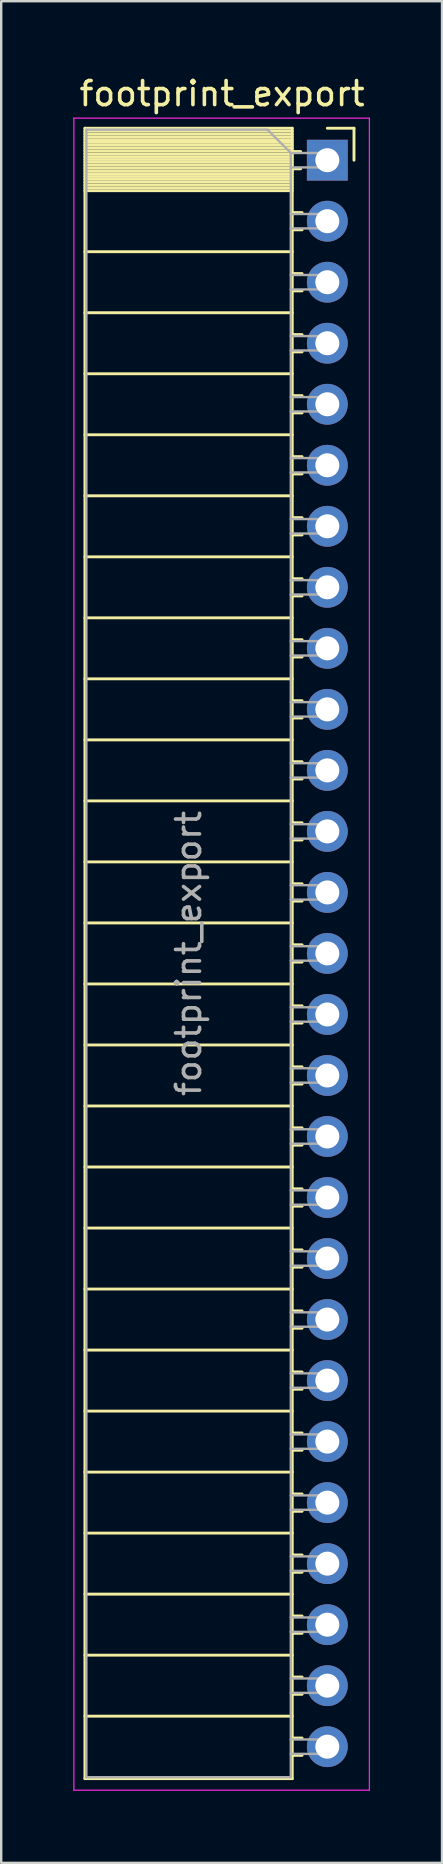
<source format=kicad_pcb>
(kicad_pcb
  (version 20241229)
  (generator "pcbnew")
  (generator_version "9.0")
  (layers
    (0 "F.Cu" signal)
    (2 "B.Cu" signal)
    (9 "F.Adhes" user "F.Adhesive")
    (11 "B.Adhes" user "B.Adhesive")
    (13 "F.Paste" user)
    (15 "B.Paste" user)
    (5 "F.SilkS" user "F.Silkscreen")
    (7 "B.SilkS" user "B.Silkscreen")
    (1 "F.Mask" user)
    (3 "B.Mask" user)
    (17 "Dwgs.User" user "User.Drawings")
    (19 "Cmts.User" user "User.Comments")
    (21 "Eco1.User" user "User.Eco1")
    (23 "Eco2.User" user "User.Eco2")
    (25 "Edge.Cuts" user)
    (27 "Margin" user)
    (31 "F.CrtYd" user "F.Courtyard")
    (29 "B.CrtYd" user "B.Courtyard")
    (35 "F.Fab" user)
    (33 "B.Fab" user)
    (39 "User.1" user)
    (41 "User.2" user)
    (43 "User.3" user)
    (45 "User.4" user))
  (footprint "footprint_export"
    (layer "F.Cu")
    (at 10.575 3.618)
    (property "Reference" "footprint_export" (at -4.38 -2.77 0) (layer "F.SilkS") (effects (font (size 1 1) (thickness 0.15))))
    (attr through_hole)
    (fp_line (start -10.09 -1.33) (end -10.09 67.37) (stroke (width 0.12) (type solid)) (layer "F.SilkS"))
    (fp_line (start -10.09 -1.33) (end -1.46 -1.33) (stroke (width 0.12) (type solid)) (layer "F.SilkS"))
    (fp_line (start -10.09 -1.21) (end -1.46 -1.21) (stroke (width 0.12) (type solid)) (layer "F.SilkS"))
    (fp_line (start -10.09 -1.092) (end -1.46 -1.092) (stroke (width 0.12) (type solid)) (layer "F.SilkS"))
    (fp_line (start -10.09 -0.974) (end -1.46 -0.974) (stroke (width 0.12) (type solid)) (layer "F.SilkS"))
    (fp_line (start -10.09 -0.856) (end -1.46 -0.856) (stroke (width 0.12) (type solid)) (layer "F.SilkS"))
    (fp_line (start -10.09 -0.738) (end -1.46 -0.738) (stroke (width 0.12) (type solid)) (layer "F.SilkS"))
    (fp_line (start -10.09 -0.62) (end -1.46 -0.62) (stroke (width 0.12) (type solid)) (layer "F.SilkS"))
    (fp_line (start -10.09 -0.501) (end -1.46 -0.501) (stroke (width 0.12) (type solid)) (layer "F.SilkS"))
    (fp_line (start -10.09 -0.383) (end -1.46 -0.383) (stroke (width 0.12) (type solid)) (layer "F.SilkS"))
    (fp_line (start -10.09 -0.265) (end -1.46 -0.265) (stroke (width 0.12) (type solid)) (layer "F.SilkS"))
    (fp_line (start -10.09 -0.147) (end -1.46 -0.147) (stroke (width 0.12) (type solid)) (layer "F.SilkS"))
    (fp_line (start -10.09 -0.029) (end -1.46 -0.029) (stroke (width 0.12) (type solid)) (layer "F.SilkS"))
    (fp_line (start -10.09 0.089) (end -1.46 0.089) (stroke (width 0.12) (type solid)) (layer "F.SilkS"))
    (fp_line (start -10.09 0.207) (end -1.46 0.207) (stroke (width 0.12) (type solid)) (layer "F.SilkS"))
    (fp_line (start -10.09 0.325) (end -1.46 0.325) (stroke (width 0.12) (type solid)) (layer "F.SilkS"))
    (fp_line (start -10.09 0.443) (end -1.46 0.443) (stroke (width 0.12) (type solid)) (layer "F.SilkS"))
    (fp_line (start -10.09 0.561) (end -1.46 0.561) (stroke (width 0.12) (type solid)) (layer "F.SilkS"))
    (fp_line (start -10.09 0.68) (end -1.46 0.68) (stroke (width 0.12) (type solid)) (layer "F.SilkS"))
    (fp_line (start -10.09 0.798) (end -1.46 0.798) (stroke (width 0.12) (type solid)) (layer "F.SilkS"))
    (fp_line (start -10.09 0.916) (end -1.46 0.916) (stroke (width 0.12) (type solid)) (layer "F.SilkS"))
    (fp_line (start -10.09 1.034) (end -1.46 1.034) (stroke (width 0.12) (type solid)) (layer "F.SilkS"))
    (fp_line (start -10.09 1.152) (end -1.46 1.152) (stroke (width 0.12) (type solid)) (layer "F.SilkS"))
    (fp_line (start -10.09 1.27) (end -1.46 1.27) (stroke (width 0.12) (type solid)) (layer "F.SilkS"))
    (fp_line (start -10.09 3.81) (end -1.46 3.81) (stroke (width 0.12) (type solid)) (layer "F.SilkS"))
    (fp_line (start -10.09 6.35) (end -1.46 6.35) (stroke (width 0.12) (type solid)) (layer "F.SilkS"))
    (fp_line (start -10.09 8.89) (end -1.46 8.89) (stroke (width 0.12) (type solid)) (layer "F.SilkS"))
    (fp_line (start -10.09 11.43) (end -1.46 11.43) (stroke (width 0.12) (type solid)) (layer "F.SilkS"))
    (fp_line (start -10.09 13.97) (end -1.46 13.97) (stroke (width 0.12) (type solid)) (layer "F.SilkS"))
    (fp_line (start -10.09 16.51) (end -1.46 16.51) (stroke (width 0.12) (type solid)) (layer "F.SilkS"))
    (fp_line (start -10.09 19.05) (end -1.46 19.05) (stroke (width 0.12) (type solid)) (layer "F.SilkS"))
    (fp_line (start -10.09 21.59) (end -1.46 21.59) (stroke (width 0.12) (type solid)) (layer "F.SilkS"))
    (fp_line (start -10.09 24.13) (end -1.46 24.13) (stroke (width 0.12) (type solid)) (layer "F.SilkS"))
    (fp_line (start -10.09 26.67) (end -1.46 26.67) (stroke (width 0.12) (type solid)) (layer "F.SilkS"))
    (fp_line (start -10.09 29.21) (end -1.46 29.21) (stroke (width 0.12) (type solid)) (layer "F.SilkS"))
    (fp_line (start -10.09 31.75) (end -1.46 31.75) (stroke (width 0.12) (type solid)) (layer "F.SilkS"))
    (fp_line (start -10.09 34.29) (end -1.46 34.29) (stroke (width 0.12) (type solid)) (layer "F.SilkS"))
    (fp_line (start -10.09 36.83) (end -1.46 36.83) (stroke (width 0.12) (type solid)) (layer "F.SilkS"))
    (fp_line (start -10.09 39.37) (end -1.46 39.37) (stroke (width 0.12) (type solid)) (layer "F.SilkS"))
    (fp_line (start -10.09 41.91) (end -1.46 41.91) (stroke (width 0.12) (type solid)) (layer "F.SilkS"))
    (fp_line (start -10.09 44.45) (end -1.46 44.45) (stroke (width 0.12) (type solid)) (layer "F.SilkS"))
    (fp_line (start -10.09 46.99) (end -1.46 46.99) (stroke (width 0.12) (type solid)) (layer "F.SilkS"))
    (fp_line (start -10.09 49.53) (end -1.46 49.53) (stroke (width 0.12) (type solid)) (layer "F.SilkS"))
    (fp_line (start -10.09 52.07) (end -1.46 52.07) (stroke (width 0.12) (type solid)) (layer "F.SilkS"))
    (fp_line (start -10.09 54.61) (end -1.46 54.61) (stroke (width 0.12) (type solid)) (layer "F.SilkS"))
    (fp_line (start -10.09 57.15) (end -1.46 57.15) (stroke (width 0.12) (type solid)) (layer "F.SilkS"))
    (fp_line (start -10.09 59.69) (end -1.46 59.69) (stroke (width 0.12) (type solid)) (layer "F.SilkS"))
    (fp_line (start -10.09 62.23) (end -1.46 62.23) (stroke (width 0.12) (type solid)) (layer "F.SilkS"))
    (fp_line (start -10.09 64.77) (end -1.46 64.77) (stroke (width 0.12) (type solid)) (layer "F.SilkS"))
    (fp_line (start -10.09 67.37) (end -1.46 67.37) (stroke (width 0.12) (type solid)) (layer "F.SilkS"))
    (fp_line (start -1.46 -1.33) (end -1.46 67.37) (stroke (width 0.12) (type solid)) (layer "F.SilkS"))
    (fp_line (start -1.46 -0.36) (end -1.11 -0.36) (stroke (width 0.12) (type solid)) (layer "F.SilkS"))
    (fp_line (start -1.46 0.36) (end -1.11 0.36) (stroke (width 0.12) (type solid)) (layer "F.SilkS"))
    (fp_line (start -1.46 2.18) (end -1.05 2.18) (stroke (width 0.12) (type solid)) (layer "F.SilkS"))
    (fp_line (start -1.46 2.9) (end -1.05 2.9) (stroke (width 0.12) (type solid)) (layer "F.SilkS"))
    (fp_line (start -1.46 4.72) (end -1.05 4.72) (stroke (width 0.12) (type solid)) (layer "F.SilkS"))
    (fp_line (start -1.46 5.44) (end -1.05 5.44) (stroke (width 0.12) (type solid)) (layer "F.SilkS"))
    (fp_line (start -1.46 7.26) (end -1.05 7.26) (stroke (width 0.12) (type solid)) (layer "F.SilkS"))
    (fp_line (start -1.46 7.98) (end -1.05 7.98) (stroke (width 0.12) (type solid)) (layer "F.SilkS"))
    (fp_line (start -1.46 9.8) (end -1.05 9.8) (stroke (width 0.12) (type solid)) (layer "F.SilkS"))
    (fp_line (start -1.46 10.52) (end -1.05 10.52) (stroke (width 0.12) (type solid)) (layer "F.SilkS"))
    (fp_line (start -1.46 12.34) (end -1.05 12.34) (stroke (width 0.12) (type solid)) (layer "F.SilkS"))
    (fp_line (start -1.46 13.06) (end -1.05 13.06) (stroke (width 0.12) (type solid)) (layer "F.SilkS"))
    (fp_line (start -1.46 14.88) (end -1.05 14.88) (stroke (width 0.12) (type solid)) (layer "F.SilkS"))
    (fp_line (start -1.46 15.6) (end -1.05 15.6) (stroke (width 0.12) (type solid)) (layer "F.SilkS"))
    (fp_line (start -1.46 17.42) (end -1.05 17.42) (stroke (width 0.12) (type solid)) (layer "F.SilkS"))
    (fp_line (start -1.46 18.14) (end -1.05 18.14) (stroke (width 0.12) (type solid)) (layer "F.SilkS"))
    (fp_line (start -1.46 19.96) (end -1.05 19.96) (stroke (width 0.12) (type solid)) (layer "F.SilkS"))
    (fp_line (start -1.46 20.68) (end -1.05 20.68) (stroke (width 0.12) (type solid)) (layer "F.SilkS"))
    (fp_line (start -1.46 22.5) (end -1.05 22.5) (stroke (width 0.12) (type solid)) (layer "F.SilkS"))
    (fp_line (start -1.46 23.22) (end -1.05 23.22) (stroke (width 0.12) (type solid)) (layer "F.SilkS"))
    (fp_line (start -1.46 25.04) (end -1.05 25.04) (stroke (width 0.12) (type solid)) (layer "F.SilkS"))
    (fp_line (start -1.46 25.76) (end -1.05 25.76) (stroke (width 0.12) (type solid)) (layer "F.SilkS"))
    (fp_line (start -1.46 27.58) (end -1.05 27.58) (stroke (width 0.12) (type solid)) (layer "F.SilkS"))
    (fp_line (start -1.46 28.3) (end -1.05 28.3) (stroke (width 0.12) (type solid)) (layer "F.SilkS"))
    (fp_line (start -1.46 30.12) (end -1.05 30.12) (stroke (width 0.12) (type solid)) (layer "F.SilkS"))
    (fp_line (start -1.46 30.84) (end -1.05 30.84) (stroke (width 0.12) (type solid)) (layer "F.SilkS"))
    (fp_line (start -1.46 32.66) (end -1.05 32.66) (stroke (width 0.12) (type solid)) (layer "F.SilkS"))
    (fp_line (start -1.46 33.38) (end -1.05 33.38) (stroke (width 0.12) (type solid)) (layer "F.SilkS"))
    (fp_line (start -1.46 35.2) (end -1.05 35.2) (stroke (width 0.12) (type solid)) (layer "F.SilkS"))
    (fp_line (start -1.46 35.92) (end -1.05 35.92) (stroke (width 0.12) (type solid)) (layer "F.SilkS"))
    (fp_line (start -1.46 37.74) (end -1.05 37.74) (stroke (width 0.12) (type solid)) (layer "F.SilkS"))
    (fp_line (start -1.46 38.46) (end -1.05 38.46) (stroke (width 0.12) (type solid)) (layer "F.SilkS"))
    (fp_line (start -1.46 40.28) (end -1.05 40.28) (stroke (width 0.12) (type solid)) (layer "F.SilkS"))
    (fp_line (start -1.46 41) (end -1.05 41) (stroke (width 0.12) (type solid)) (layer "F.SilkS"))
    (fp_line (start -1.46 42.82) (end -1.05 42.82) (stroke (width 0.12) (type solid)) (layer "F.SilkS"))
    (fp_line (start -1.46 43.54) (end -1.05 43.54) (stroke (width 0.12) (type solid)) (layer "F.SilkS"))
    (fp_line (start -1.46 45.36) (end -1.05 45.36) (stroke (width 0.12) (type solid)) (layer "F.SilkS"))
    (fp_line (start -1.46 46.08) (end -1.05 46.08) (stroke (width 0.12) (type solid)) (layer "F.SilkS"))
    (fp_line (start -1.46 47.9) (end -1.05 47.9) (stroke (width 0.12) (type solid)) (layer "F.SilkS"))
    (fp_line (start -1.46 48.62) (end -1.05 48.62) (stroke (width 0.12) (type solid)) (layer "F.SilkS"))
    (fp_line (start -1.46 50.44) (end -1.05 50.44) (stroke (width 0.12) (type solid)) (layer "F.SilkS"))
    (fp_line (start -1.46 51.16) (end -1.05 51.16) (stroke (width 0.12) (type solid)) (layer "F.SilkS"))
    (fp_line (start -1.46 52.98) (end -1.05 52.98) (stroke (width 0.12) (type solid)) (layer "F.SilkS"))
    (fp_line (start -1.46 53.7) (end -1.05 53.7) (stroke (width 0.12) (type solid)) (layer "F.SilkS"))
    (fp_line (start -1.46 55.52) (end -1.05 55.52) (stroke (width 0.12) (type solid)) (layer "F.SilkS"))
    (fp_line (start -1.46 56.24) (end -1.05 56.24) (stroke (width 0.12) (type solid)) (layer "F.SilkS"))
    (fp_line (start -1.46 58.06) (end -1.05 58.06) (stroke (width 0.12) (type solid)) (layer "F.SilkS"))
    (fp_line (start -1.46 58.78) (end -1.05 58.78) (stroke (width 0.12) (type solid)) (layer "F.SilkS"))
    (fp_line (start -1.46 60.6) (end -1.05 60.6) (stroke (width 0.12) (type solid)) (layer "F.SilkS"))
    (fp_line (start -1.46 61.32) (end -1.05 61.32) (stroke (width 0.12) (type solid)) (layer "F.SilkS"))
    (fp_line (start -1.46 63.14) (end -1.05 63.14) (stroke (width 0.12) (type solid)) (layer "F.SilkS"))
    (fp_line (start -1.46 63.86) (end -1.05 63.86) (stroke (width 0.12) (type solid)) (layer "F.SilkS"))
    (fp_line (start -1.46 65.68) (end -1.05 65.68) (stroke (width 0.12) (type solid)) (layer "F.SilkS"))
    (fp_line (start -1.46 66.4) (end -1.05 66.4) (stroke (width 0.12) (type solid)) (layer "F.SilkS"))
    (fp_line (start 0 -1.33) (end 1.11 -1.33) (stroke (width 0.12) (type solid)) (layer "F.SilkS"))
    (fp_line (start 1.11 -1.33) (end 1.11 0) (stroke (width 0.12) (type solid)) (layer "F.SilkS"))
    (fp_line (start -10.55 -1.75) (end -10.55 67.85) (stroke (width 0.05) (type solid)) (layer "F.CrtYd"))
    (fp_line (start -10.55 67.85) (end 1.75 67.85) (stroke (width 0.05) (type solid)) (layer "F.CrtYd"))
    (fp_line (start 1.75 -1.75) (end -10.55 -1.75) (stroke (width 0.05) (type solid)) (layer "F.CrtYd"))
    (fp_line (start 1.75 67.85) (end 1.75 -1.75) (stroke (width 0.05) (type solid)) (layer "F.CrtYd"))
    (fp_line (start -10.03 -1.27) (end -2.49 -1.27) (stroke (width 0.1) (type solid)) (layer "F.Fab"))
    (fp_line (start -10.03 67.31) (end -10.03 -1.27) (stroke (width 0.1) (type solid)) (layer "F.Fab"))
    (fp_line (start -2.49 -1.27) (end -1.52 -0.3) (stroke (width 0.1) (type solid)) (layer "F.Fab"))
    (fp_line (start -1.52 -0.3) (end -1.52 67.31) (stroke (width 0.1) (type solid)) (layer "F.Fab"))
    (fp_line (start -1.52 0.3) (end 0 0.3) (stroke (width 0.1) (type solid)) (layer "F.Fab"))
    (fp_line (start -1.52 2.84) (end 0 2.84) (stroke (width 0.1) (type solid)) (layer "F.Fab"))
    (fp_line (start -1.52 5.38) (end 0 5.38) (stroke (width 0.1) (type solid)) (layer "F.Fab"))
    (fp_line (start -1.52 7.92) (end 0 7.92) (stroke (width 0.1) (type solid)) (layer "F.Fab"))
    (fp_line (start -1.52 10.46) (end 0 10.46) (stroke (width 0.1) (type solid)) (layer "F.Fab"))
    (fp_line (start -1.52 13) (end 0 13) (stroke (width 0.1) (type solid)) (layer "F.Fab"))
    (fp_line (start -1.52 15.54) (end 0 15.54) (stroke (width 0.1) (type solid)) (layer "F.Fab"))
    (fp_line (start -1.52 18.08) (end 0 18.08) (stroke (width 0.1) (type solid)) (layer "F.Fab"))
    (fp_line (start -1.52 20.62) (end 0 20.62) (stroke (width 0.1) (type solid)) (layer "F.Fab"))
    (fp_line (start -1.52 23.16) (end 0 23.16) (stroke (width 0.1) (type solid)) (layer "F.Fab"))
    (fp_line (start -1.52 25.7) (end 0 25.7) (stroke (width 0.1) (type solid)) (layer "F.Fab"))
    (fp_line (start -1.52 28.24) (end 0 28.24) (stroke (width 0.1) (type solid)) (layer "F.Fab"))
    (fp_line (start -1.52 30.78) (end 0 30.78) (stroke (width 0.1) (type solid)) (layer "F.Fab"))
    (fp_line (start -1.52 33.32) (end 0 33.32) (stroke (width 0.1) (type solid)) (layer "F.Fab"))
    (fp_line (start -1.52 35.86) (end 0 35.86) (stroke (width 0.1) (type solid)) (layer "F.Fab"))
    (fp_line (start -1.52 38.4) (end 0 38.4) (stroke (width 0.1) (type solid)) (layer "F.Fab"))
    (fp_line (start -1.52 40.94) (end 0 40.94) (stroke (width 0.1) (type solid)) (layer "F.Fab"))
    (fp_line (start -1.52 43.48) (end 0 43.48) (stroke (width 0.1) (type solid)) (layer "F.Fab"))
    (fp_line (start -1.52 46.02) (end 0 46.02) (stroke (width 0.1) (type solid)) (layer "F.Fab"))
    (fp_line (start -1.52 48.56) (end 0 48.56) (stroke (width 0.1) (type solid)) (layer "F.Fab"))
    (fp_line (start -1.52 51.1) (end 0 51.1) (stroke (width 0.1) (type solid)) (layer "F.Fab"))
    (fp_line (start -1.52 53.64) (end 0 53.64) (stroke (width 0.1) (type solid)) (layer "F.Fab"))
    (fp_line (start -1.52 56.18) (end 0 56.18) (stroke (width 0.1) (type solid)) (layer "F.Fab"))
    (fp_line (start -1.52 58.72) (end 0 58.72) (stroke (width 0.1) (type solid)) (layer "F.Fab"))
    (fp_line (start -1.52 61.26) (end 0 61.26) (stroke (width 0.1) (type solid)) (layer "F.Fab"))
    (fp_line (start -1.52 63.8) (end 0 63.8) (stroke (width 0.1) (type solid)) (layer "F.Fab"))
    (fp_line (start -1.52 66.34) (end 0 66.34) (stroke (width 0.1) (type solid)) (layer "F.Fab"))
    (fp_line (start -1.52 67.31) (end -10.03 67.31) (stroke (width 0.1) (type solid)) (layer "F.Fab"))
    (fp_line (start 0 -0.3) (end -1.52 -0.3) (stroke (width 0.1) (type solid)) (layer "F.Fab"))
    (fp_line (start 0 0.3) (end 0 -0.3) (stroke (width 0.1) (type solid)) (layer "F.Fab"))
    (fp_line (start 0 2.24) (end -1.52 2.24) (stroke (width 0.1) (type solid)) (layer "F.Fab"))
    (fp_line (start 0 2.84) (end 0 2.24) (stroke (width 0.1) (type solid)) (layer "F.Fab"))
    (fp_line (start 0 4.78) (end -1.52 4.78) (stroke (width 0.1) (type solid)) (layer "F.Fab"))
    (fp_line (start 0 5.38) (end 0 4.78) (stroke (width 0.1) (type solid)) (layer "F.Fab"))
    (fp_line (start 0 7.32) (end -1.52 7.32) (stroke (width 0.1) (type solid)) (layer "F.Fab"))
    (fp_line (start 0 7.92) (end 0 7.32) (stroke (width 0.1) (type solid)) (layer "F.Fab"))
    (fp_line (start 0 9.86) (end -1.52 9.86) (stroke (width 0.1) (type solid)) (layer "F.Fab"))
    (fp_line (start 0 10.46) (end 0 9.86) (stroke (width 0.1) (type solid)) (layer "F.Fab"))
    (fp_line (start 0 12.4) (end -1.52 12.4) (stroke (width 0.1) (type solid)) (layer "F.Fab"))
    (fp_line (start 0 13) (end 0 12.4) (stroke (width 0.1) (type solid)) (layer "F.Fab"))
    (fp_line (start 0 14.94) (end -1.52 14.94) (stroke (width 0.1) (type solid)) (layer "F.Fab"))
    (fp_line (start 0 15.54) (end 0 14.94) (stroke (width 0.1) (type solid)) (layer "F.Fab"))
    (fp_line (start 0 17.48) (end -1.52 17.48) (stroke (width 0.1) (type solid)) (layer "F.Fab"))
    (fp_line (start 0 18.08) (end 0 17.48) (stroke (width 0.1) (type solid)) (layer "F.Fab"))
    (fp_line (start 0 20.02) (end -1.52 20.02) (stroke (width 0.1) (type solid)) (layer "F.Fab"))
    (fp_line (start 0 20.62) (end 0 20.02) (stroke (width 0.1) (type solid)) (layer "F.Fab"))
    (fp_line (start 0 22.56) (end -1.52 22.56) (stroke (width 0.1) (type solid)) (layer "F.Fab"))
    (fp_line (start 0 23.16) (end 0 22.56) (stroke (width 0.1) (type solid)) (layer "F.Fab"))
    (fp_line (start 0 25.1) (end -1.52 25.1) (stroke (width 0.1) (type solid)) (layer "F.Fab"))
    (fp_line (start 0 25.7) (end 0 25.1) (stroke (width 0.1) (type solid)) (layer "F.Fab"))
    (fp_line (start 0 27.64) (end -1.52 27.64) (stroke (width 0.1) (type solid)) (layer "F.Fab"))
    (fp_line (start 0 28.24) (end 0 27.64) (stroke (width 0.1) (type solid)) (layer "F.Fab"))
    (fp_line (start 0 30.18) (end -1.52 30.18) (stroke (width 0.1) (type solid)) (layer "F.Fab"))
    (fp_line (start 0 30.78) (end 0 30.18) (stroke (width 0.1) (type solid)) (layer "F.Fab"))
    (fp_line (start 0 32.72) (end -1.52 32.72) (stroke (width 0.1) (type solid)) (layer "F.Fab"))
    (fp_line (start 0 33.32) (end 0 32.72) (stroke (width 0.1) (type solid)) (layer "F.Fab"))
    (fp_line (start 0 35.26) (end -1.52 35.26) (stroke (width 0.1) (type solid)) (layer "F.Fab"))
    (fp_line (start 0 35.86) (end 0 35.26) (stroke (width 0.1) (type solid)) (layer "F.Fab"))
    (fp_line (start 0 37.8) (end -1.52 37.8) (stroke (width 0.1) (type solid)) (layer "F.Fab"))
    (fp_line (start 0 38.4) (end 0 37.8) (stroke (width 0.1) (type solid)) (layer "F.Fab"))
    (fp_line (start 0 40.34) (end -1.52 40.34) (stroke (width 0.1) (type solid)) (layer "F.Fab"))
    (fp_line (start 0 40.94) (end 0 40.34) (stroke (width 0.1) (type solid)) (layer "F.Fab"))
    (fp_line (start 0 42.88) (end -1.52 42.88) (stroke (width 0.1) (type solid)) (layer "F.Fab"))
    (fp_line (start 0 43.48) (end 0 42.88) (stroke (width 0.1) (type solid)) (layer "F.Fab"))
    (fp_line (start 0 45.42) (end -1.52 45.42) (stroke (width 0.1) (type solid)) (layer "F.Fab"))
    (fp_line (start 0 46.02) (end 0 45.42) (stroke (width 0.1) (type solid)) (layer "F.Fab"))
    (fp_line (start 0 47.96) (end -1.52 47.96) (stroke (width 0.1) (type solid)) (layer "F.Fab"))
    (fp_line (start 0 48.56) (end 0 47.96) (stroke (width 0.1) (type solid)) (layer "F.Fab"))
    (fp_line (start 0 50.5) (end -1.52 50.5) (stroke (width 0.1) (type solid)) (layer "F.Fab"))
    (fp_line (start 0 51.1) (end 0 50.5) (stroke (width 0.1) (type solid)) (layer "F.Fab"))
    (fp_line (start 0 53.04) (end -1.52 53.04) (stroke (width 0.1) (type solid)) (layer "F.Fab"))
    (fp_line (start 0 53.64) (end 0 53.04) (stroke (width 0.1) (type solid)) (layer "F.Fab"))
    (fp_line (start 0 55.58) (end -1.52 55.58) (stroke (width 0.1) (type solid)) (layer "F.Fab"))
    (fp_line (start 0 56.18) (end 0 55.58) (stroke (width 0.1) (type solid)) (layer "F.Fab"))
    (fp_line (start 0 58.12) (end -1.52 58.12) (stroke (width 0.1) (type solid)) (layer "F.Fab"))
    (fp_line (start 0 58.72) (end 0 58.12) (stroke (width 0.1) (type solid)) (layer "F.Fab"))
    (fp_line (start 0 60.66) (end -1.52 60.66) (stroke (width 0.1) (type solid)) (layer "F.Fab"))
    (fp_line (start 0 61.26) (end 0 60.66) (stroke (width 0.1) (type solid)) (layer "F.Fab"))
    (fp_line (start 0 63.2) (end -1.52 63.2) (stroke (width 0.1) (type solid)) (layer "F.Fab"))
    (fp_line (start 0 63.8) (end 0 63.2) (stroke (width 0.1) (type solid)) (layer "F.Fab"))
    (fp_line (start 0 65.74) (end -1.52 65.74) (stroke (width 0.1) (type solid)) (layer "F.Fab"))
    (fp_line (start 0 66.34) (end 0 65.74) (stroke (width 0.1) (type solid)) (layer "F.Fab"))
    (fp_text user "${REFERENCE}" (at -5.775 33.02 90) (layer "F.Fab") (effects (font (size 1 1) (thickness 0.15))))
    (pad "1" thru_hole rect (at 0 0) (size 1.7 1.7) (drill 1) (layers "*.Cu" "*.Mask"))
    (pad "2" thru_hole oval (at 0 2.54) (size 1.7 1.7) (drill 1) (layers "*.Cu" "*.Mask"))
    (pad "3" thru_hole oval (at 0 5.08) (size 1.7 1.7) (drill 1) (layers "*.Cu" "*.Mask"))
    (pad "4" thru_hole oval (at 0 7.62) (size 1.7 1.7) (drill 1) (layers "*.Cu" "*.Mask"))
    (pad "5" thru_hole oval (at 0 10.16) (size 1.7 1.7) (drill 1) (layers "*.Cu" "*.Mask"))
    (pad "6" thru_hole oval (at 0 12.7) (size 1.7 1.7) (drill 1) (layers "*.Cu" "*.Mask"))
    (pad "7" thru_hole oval (at 0 15.24) (size 1.7 1.7) (drill 1) (layers "*.Cu" "*.Mask"))
    (pad "8" thru_hole oval (at 0 17.78) (size 1.7 1.7) (drill 1) (layers "*.Cu" "*.Mask"))
    (pad "9" thru_hole oval (at 0 20.32) (size 1.7 1.7) (drill 1) (layers "*.Cu" "*.Mask"))
    (pad "10" thru_hole oval (at 0 22.86) (size 1.7 1.7) (drill 1) (layers "*.Cu" "*.Mask"))
    (pad "11" thru_hole oval (at 0 25.4) (size 1.7 1.7) (drill 1) (layers "*.Cu" "*.Mask"))
    (pad "12" thru_hole oval (at 0 27.94) (size 1.7 1.7) (drill 1) (layers "*.Cu" "*.Mask"))
    (pad "13" thru_hole oval (at 0 30.48) (size 1.7 1.7) (drill 1) (layers "*.Cu" "*.Mask"))
    (pad "14" thru_hole oval (at 0 33.02) (size 1.7 1.7) (drill 1) (layers "*.Cu" "*.Mask"))
    (pad "15" thru_hole oval (at 0 35.56) (size 1.7 1.7) (drill 1) (layers "*.Cu" "*.Mask"))
    (pad "16" thru_hole oval (at 0 38.1) (size 1.7 1.7) (drill 1) (layers "*.Cu" "*.Mask"))
    (pad "17" thru_hole oval (at 0 40.64) (size 1.7 1.7) (drill 1) (layers "*.Cu" "*.Mask"))
    (pad "18" thru_hole oval (at 0 43.18) (size 1.7 1.7) (drill 1) (layers "*.Cu" "*.Mask"))
    (pad "19" thru_hole oval (at 0 45.72) (size 1.7 1.7) (drill 1) (layers "*.Cu" "*.Mask"))
    (pad "20" thru_hole oval (at 0 48.26) (size 1.7 1.7) (drill 1) (layers "*.Cu" "*.Mask"))
    (pad "21" thru_hole oval (at 0 50.8) (size 1.7 1.7) (drill 1) (layers "*.Cu" "*.Mask"))
    (pad "22" thru_hole oval (at 0 53.34) (size 1.7 1.7) (drill 1) (layers "*.Cu" "*.Mask"))
    (pad "23" thru_hole oval (at 0 55.88) (size 1.7 1.7) (drill 1) (layers "*.Cu" "*.Mask"))
    (pad "24" thru_hole oval (at 0 58.42) (size 1.7 1.7) (drill 1) (layers "*.Cu" "*.Mask"))
    (pad "25" thru_hole oval (at 0 60.96) (size 1.7 1.7) (drill 1) (layers "*.Cu" "*.Mask"))
    (pad "26" thru_hole oval (at 0 63.5) (size 1.7 1.7) (drill 1) (layers "*.Cu" "*.Mask"))
    (pad "27" thru_hole oval (at 0 66.04) (size 1.7 1.7) (drill 1) (layers "*.Cu" "*.Mask")))
  (gr_rect
    (start -3 -3)
    (end 15.35 74.493)
    (stroke (width 0.1) (type default))
    (fill no)
    (layer "Edge.Cuts")))
</source>
